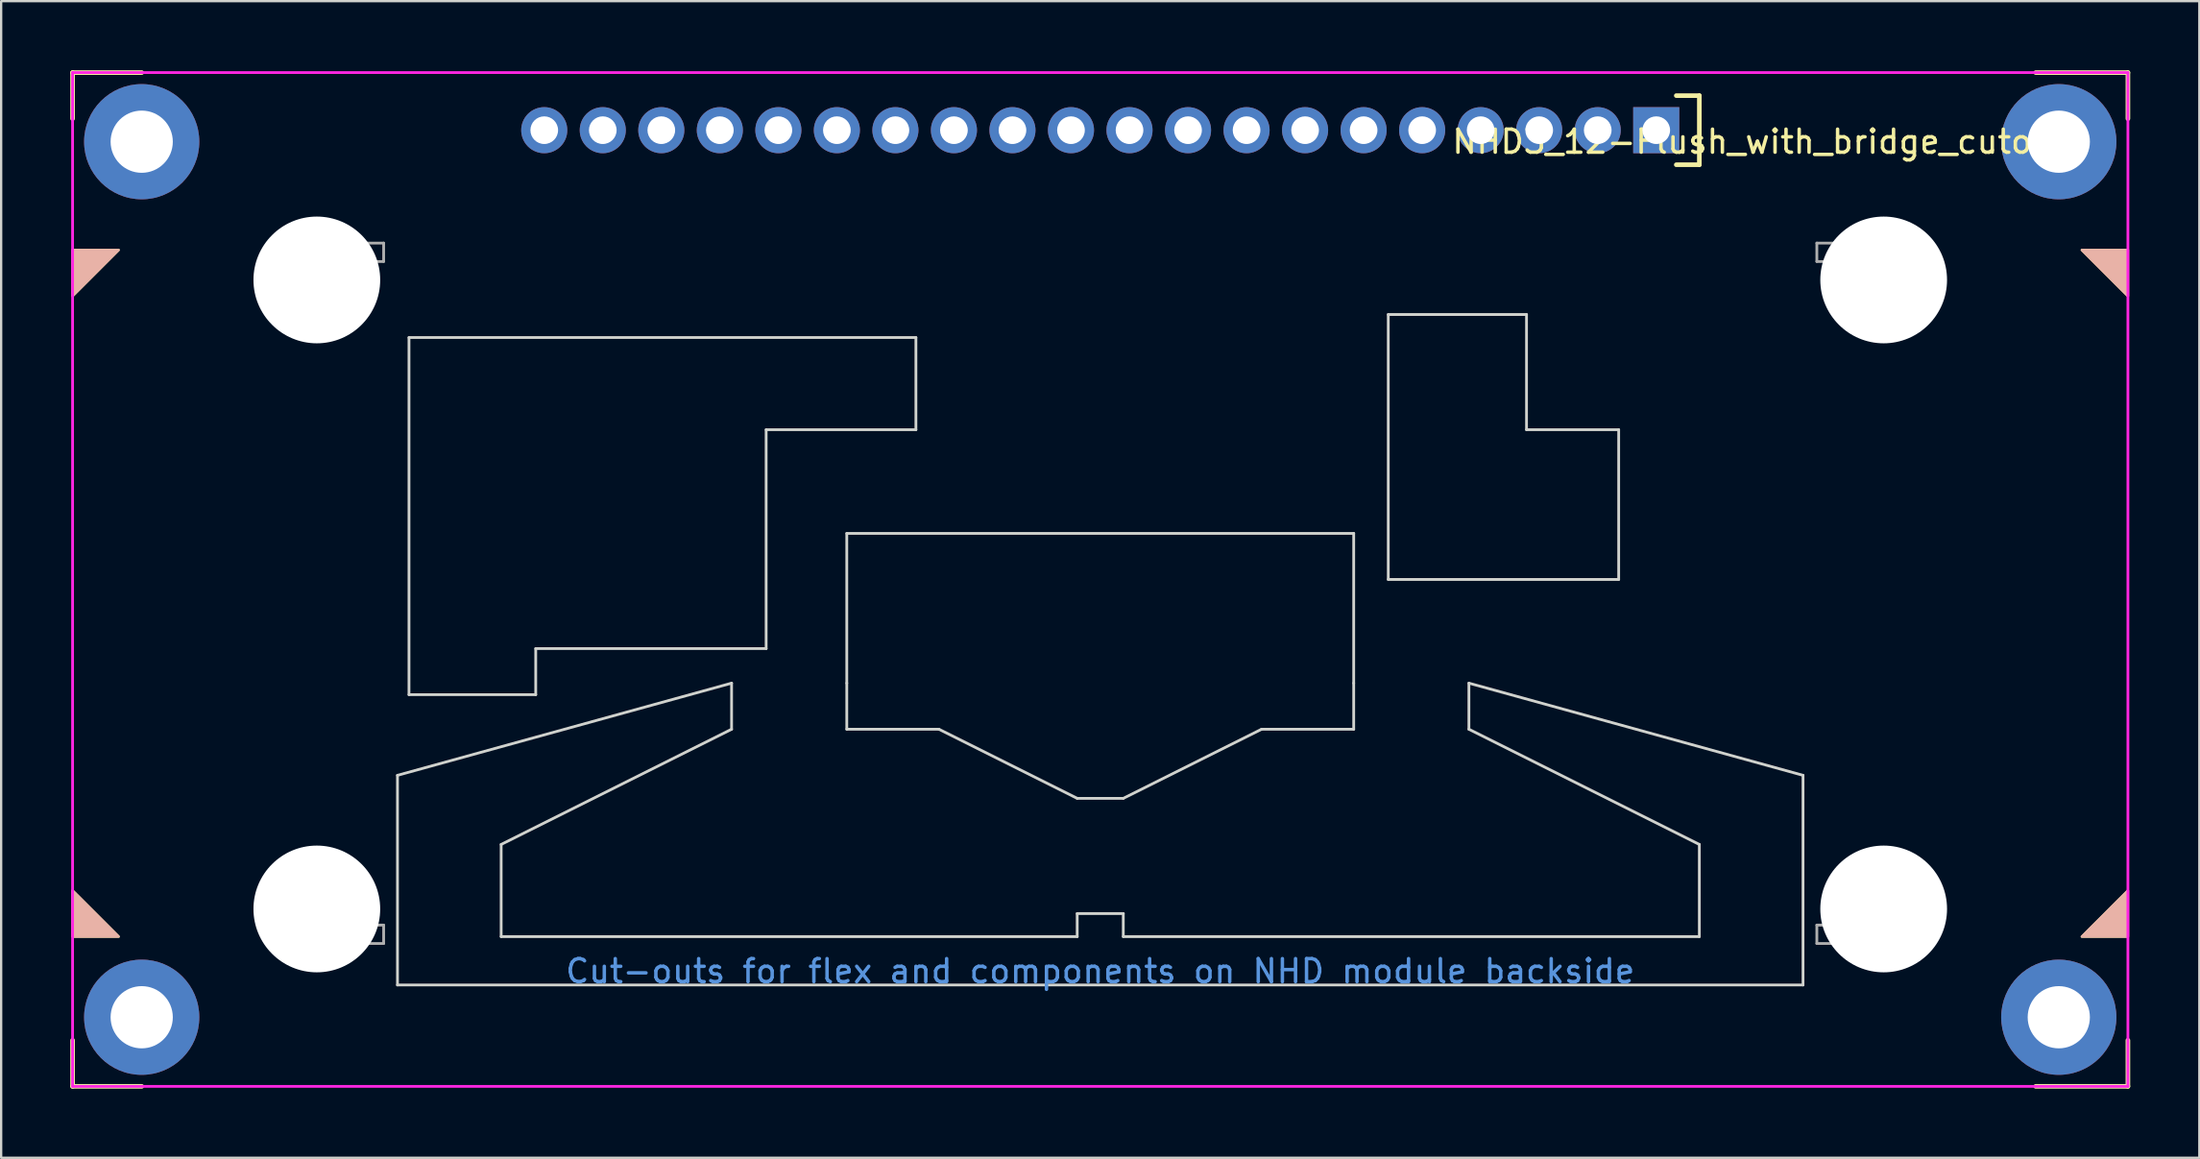
<source format=kicad_pcb>
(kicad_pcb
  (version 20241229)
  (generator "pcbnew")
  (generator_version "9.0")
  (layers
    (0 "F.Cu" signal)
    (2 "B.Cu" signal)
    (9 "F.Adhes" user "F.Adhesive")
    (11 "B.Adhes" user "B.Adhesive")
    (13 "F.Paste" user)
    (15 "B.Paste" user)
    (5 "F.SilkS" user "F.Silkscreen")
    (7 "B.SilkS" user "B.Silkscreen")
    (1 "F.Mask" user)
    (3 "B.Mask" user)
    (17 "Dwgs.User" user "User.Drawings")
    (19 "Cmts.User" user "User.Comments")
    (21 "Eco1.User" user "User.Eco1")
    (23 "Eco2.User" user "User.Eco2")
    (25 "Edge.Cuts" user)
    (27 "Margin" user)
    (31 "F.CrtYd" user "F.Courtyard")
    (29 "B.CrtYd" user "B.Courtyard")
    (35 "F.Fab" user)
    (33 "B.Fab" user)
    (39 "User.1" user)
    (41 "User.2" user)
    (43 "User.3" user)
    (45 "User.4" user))
  (footprint "NHD3_12-Flush_with_bridge_cutouts"
    (layer "F.Cu")
    (at 44.7 22.1)
    (property "Reference" "NHD3_12-Flush_with_bridge_cutouts" (at 29 -19 0) (layer "F.SilkS") (effects (font (size 1 1) (thickness 0.15))))
    (attr through_hole)
    (fp_line (start -44.6 -22) (end -41.6 -22) (stroke (width 0.2) (type solid)) (layer "F.SilkS"))
    (fp_line (start -44.6 -20) (end -44.6 -22) (stroke (width 0.2) (type solid)) (layer "F.SilkS"))
    (fp_line (start -44.6 20) (end -44.6 22) (stroke (width 0.2) (type solid)) (layer "F.SilkS"))
    (fp_line (start -44.6 22) (end -41.6 22) (stroke (width 0.2) (type solid)) (layer "F.SilkS"))
    (fp_line (start 25 -21) (end 26 -21) (stroke (width 0.2) (type solid)) (layer "F.SilkS"))
    (fp_line (start 26 -21) (end 26 -18) (stroke (width 0.2) (type solid)) (layer "F.SilkS"))
    (fp_line (start 26 -18) (end 25 -18) (stroke (width 0.2) (type solid)) (layer "F.SilkS"))
    (fp_line (start 40.6 -22) (end 44.6 -22) (stroke (width 0.2) (type solid)) (layer "F.SilkS"))
    (fp_line (start 44.6 -22) (end 44.6 -20) (stroke (width 0.2) (type solid)) (layer "F.SilkS"))
    (fp_line (start 44.6 20) (end 44.6 22) (stroke (width 0.2) (type solid)) (layer "F.SilkS"))
    (fp_line (start 44.6 22) (end 40.6 22) (stroke (width 0.2) (type solid)) (layer "F.SilkS"))
    (fp_poly (pts (xy -44.6 -12.3) (xy -44.6 -14.3) (xy -42.6 -14.3)) (stroke (width 0.1) (type solid)) (fill yes) (layer "F.SilkS"))
    (fp_poly (pts (xy -42.6 15.5) (xy -44.6 15.5) (xy -44.6 13.5)) (stroke (width 0.1) (type solid)) (fill yes) (layer "F.SilkS"))
    (fp_poly (pts (xy 42.6 -14.3) (xy 44.6 -14.3) (xy 44.6 -12.3)) (stroke (width 0.1) (type solid)) (fill yes) (layer "F.SilkS"))
    (fp_poly (pts (xy 44.6 13.5) (xy 44.6 15.5) (xy 42.6 15.5)) (stroke (width 0.1) (type solid)) (fill yes) (layer "F.SilkS"))
    (fp_poly (pts (xy -44.6 13.5) (xy -44.6 15.5) (xy -42.6 15.5)) (stroke (width 0.1) (type solid)) (fill yes) (layer "B.SilkS"))
    (fp_poly (pts (xy -42.6 -14.3) (xy -44.6 -14.3) (xy -44.6 -12.3)) (stroke (width 0.1) (type solid)) (fill yes) (layer "B.SilkS"))
    (fp_poly (pts (xy 42.6 15.5) (xy 44.6 15.5) (xy 44.6 13.5)) (stroke (width 0.1) (type solid)) (fill yes) (layer "B.SilkS"))
    (fp_poly (pts (xy 44.6 -12.3) (xy 44.6 -14.3) (xy 42.6 -14.3)) (stroke (width 0.1) (type solid)) (fill yes) (layer "B.SilkS"))
    (fp_line (start -30.5 17.6) (end -30.5 8.5) (stroke (width 0.12) (type solid)) (layer "Eco1.User"))
    (fp_line (start -30 -10.5) (end -8 -10.5) (stroke (width 0.12) (type solid)) (layer "Eco1.User"))
    (fp_line (start -30 5) (end -30 -10.5) (stroke (width 0.12) (type solid)) (layer "Eco1.User"))
    (fp_line (start -26 11.5) (end -26 15.5) (stroke (width 0.12) (type solid)) (layer "Eco1.User"))
    (fp_line (start -26 15.5) (end -1 15.5) (stroke (width 0.12) (type solid)) (layer "Eco1.User"))
    (fp_line (start -24.5 3) (end -24.5 5) (stroke (width 0.12) (type solid)) (layer "Eco1.User"))
    (fp_line (start -24.5 5) (end -30 5) (stroke (width 0.12) (type solid)) (layer "Eco1.User"))
    (fp_line (start -16 4.5) (end -30.5 8.5) (stroke (width 0.12) (type solid)) (layer "Eco1.User"))
    (fp_line (start -16 4.5) (end -16 6.5) (stroke (width 0.12) (type solid)) (layer "Eco1.User"))
    (fp_line (start -16 6.5) (end -26 11.5) (stroke (width 0.12) (type solid)) (layer "Eco1.User"))
    (fp_line (start -14.5 -6.5) (end -14.5 3) (stroke (width 0.12) (type solid)) (layer "Eco1.User"))
    (fp_line (start -14.5 3) (end -24.5 3) (stroke (width 0.12) (type solid)) (layer "Eco1.User"))
    (fp_line (start -11 -2) (end 11 -2) (stroke (width 0.12) (type solid)) (layer "Eco1.User"))
    (fp_line (start -11 4.5) (end -11 -2) (stroke (width 0.12) (type solid)) (layer "Eco1.User"))
    (fp_line (start -11 4.5) (end -11 6.5) (stroke (width 0.12) (type solid)) (layer "Eco1.User"))
    (fp_line (start -11 6.5) (end -7 6.5) (stroke (width 0.12) (type solid)) (layer "Eco1.User"))
    (fp_line (start -8 -10.5) (end -8 -6.5) (stroke (width 0.12) (type solid)) (layer "Eco1.User"))
    (fp_line (start -8 -6.5) (end -14.5 -6.5) (stroke (width 0.12) (type solid)) (layer "Eco1.User"))
    (fp_line (start -7 6.5) (end -1 9.5) (stroke (width 0.12) (type solid)) (layer "Eco1.User"))
    (fp_line (start -1 14.5) (end 1 14.5) (stroke (width 0.12) (type solid)) (layer "Eco1.User"))
    (fp_line (start -1 15.5) (end -1 14.5) (stroke (width 0.12) (type solid)) (layer "Eco1.User"))
    (fp_line (start 1 9.5) (end -1 9.5) (stroke (width 0.12) (type solid)) (layer "Eco1.User"))
    (fp_line (start 1 14.5) (end 1 15.5) (stroke (width 0.12) (type solid)) (layer "Eco1.User"))
    (fp_line (start 1 15.5) (end 26 15.5) (stroke (width 0.12) (type solid)) (layer "Eco1.User"))
    (fp_line (start 7 6.5) (end 1 9.5) (stroke (width 0.12) (type solid)) (layer "Eco1.User"))
    (fp_line (start 11 -2) (end 11 4.5) (stroke (width 0.12) (type solid)) (layer "Eco1.User"))
    (fp_line (start 11 4.5) (end 11 6.5) (stroke (width 0.12) (type solid)) (layer "Eco1.User"))
    (fp_line (start 11 6.5) (end 7 6.5) (stroke (width 0.12) (type solid)) (layer "Eco1.User"))
    (fp_line (start 12.5 -11.5) (end 18.5 -11.5) (stroke (width 0.12) (type solid)) (layer "Eco1.User"))
    (fp_line (start 12.5 0) (end 12.5 -11.5) (stroke (width 0.12) (type solid)) (layer "Eco1.User"))
    (fp_line (start 16 4.5) (end 30.5 8.5) (stroke (width 0.12) (type solid)) (layer "Eco1.User"))
    (fp_line (start 16 6.5) (end 16 4.5) (stroke (width 0.12) (type solid)) (layer "Eco1.User"))
    (fp_line (start 18.5 -11.5) (end 18.5 -6.5) (stroke (width 0.12) (type solid)) (layer "Eco1.User"))
    (fp_line (start 18.5 -6.5) (end 22.5 -6.5) (stroke (width 0.12) (type solid)) (layer "Eco1.User"))
    (fp_line (start 22.5 -6.5) (end 22.5 0) (stroke (width 0.12) (type solid)) (layer "Eco1.User"))
    (fp_line (start 22.5 0) (end 12.5 0) (stroke (width 0.12) (type solid)) (layer "Eco1.User"))
    (fp_line (start 26 11.5) (end 16 6.5) (stroke (width 0.12) (type solid)) (layer "Eco1.User"))
    (fp_line (start 26 15.5) (end 26 11.5) (stroke (width 0.12) (type solid)) (layer "Eco1.User"))
    (fp_line (start 30.5 8.5) (end 30.5 17.6) (stroke (width 0.12) (type solid)) (layer "Eco1.User"))
    (fp_line (start 30.5 17.6) (end -30.5 17.6) (stroke (width 0.12) (type solid)) (layer "Eco1.User"))
    (fp_line (start -30.5 8.5) (end -16 4.5) (stroke (width 0.12) (type solid)) (layer "Edge.Cuts"))
    (fp_line (start -30.5 17.6) (end -30.5 8.5) (stroke (width 0.12) (type solid)) (layer "Edge.Cuts"))
    (fp_line (start -30 -10.5) (end -8 -10.5) (stroke (width 0.12) (type solid)) (layer "Edge.Cuts"))
    (fp_line (start -30 5) (end -30 -10.5) (stroke (width 0.12) (type solid)) (layer "Edge.Cuts"))
    (fp_line (start -26 11.5) (end -26 15.5) (stroke (width 0.12) (type solid)) (layer "Edge.Cuts"))
    (fp_line (start -26 15.5) (end -1 15.5) (stroke (width 0.12) (type solid)) (layer "Edge.Cuts"))
    (fp_line (start -24.5 3) (end -24.5 5) (stroke (width 0.12) (type solid)) (layer "Edge.Cuts"))
    (fp_line (start -24.5 5) (end -30 5) (stroke (width 0.12) (type solid)) (layer "Edge.Cuts"))
    (fp_line (start -16 4.5) (end -16 6.5) (stroke (width 0.12) (type solid)) (layer "Edge.Cuts"))
    (fp_line (start -16 6.5) (end -26 11.5) (stroke (width 0.12) (type solid)) (layer "Edge.Cuts"))
    (fp_line (start -14.5 -6.5) (end -14.5 3) (stroke (width 0.12) (type solid)) (layer "Edge.Cuts"))
    (fp_line (start -14.5 3) (end -24.5 3) (stroke (width 0.12) (type solid)) (layer "Edge.Cuts"))
    (fp_line (start -11 -2) (end 11 -2) (stroke (width 0.12) (type solid)) (layer "Edge.Cuts"))
    (fp_line (start -11 4.5) (end -11 -2) (stroke (width 0.12) (type solid)) (layer "Edge.Cuts"))
    (fp_line (start -11 4.5) (end -11 6.5) (stroke (width 0.12) (type solid)) (layer "Edge.Cuts"))
    (fp_line (start -11 6.5) (end -7 6.5) (stroke (width 0.12) (type solid)) (layer "Edge.Cuts"))
    (fp_line (start -8 -10.5) (end -8 -6.5) (stroke (width 0.12) (type solid)) (layer "Edge.Cuts"))
    (fp_line (start -8 -6.5) (end -14.5 -6.5) (stroke (width 0.12) (type solid)) (layer "Edge.Cuts"))
    (fp_line (start -7 6.5) (end -1 9.5) (stroke (width 0.12) (type solid)) (layer "Edge.Cuts"))
    (fp_line (start -1 14.5) (end 1 14.5) (stroke (width 0.12) (type solid)) (layer "Edge.Cuts"))
    (fp_line (start -1 15.5) (end -1 14.5) (stroke (width 0.12) (type solid)) (layer "Edge.Cuts"))
    (fp_line (start 1 9.5) (end -1 9.5) (stroke (width 0.12) (type solid)) (layer "Edge.Cuts"))
    (fp_line (start 1 14.5) (end 1 15.5) (stroke (width 0.12) (type solid)) (layer "Edge.Cuts"))
    (fp_line (start 1 15.5) (end 26 15.5) (stroke (width 0.12) (type solid)) (layer "Edge.Cuts"))
    (fp_line (start 7 6.5) (end 1 9.5) (stroke (width 0.12) (type solid)) (layer "Edge.Cuts"))
    (fp_line (start 11 -2) (end 11 4.5) (stroke (width 0.12) (type solid)) (layer "Edge.Cuts"))
    (fp_line (start 11 4.5) (end 11 6.5) (stroke (width 0.12) (type solid)) (layer "Edge.Cuts"))
    (fp_line (start 11 6.5) (end 7 6.5) (stroke (width 0.12) (type solid)) (layer "Edge.Cuts"))
    (fp_line (start 12.5 -11.5) (end 18.5 -11.5) (stroke (width 0.12) (type solid)) (layer "Edge.Cuts"))
    (fp_line (start 12.5 0) (end 12.5 -11.5) (stroke (width 0.12) (type solid)) (layer "Edge.Cuts"))
    (fp_line (start 16 4.5) (end 30.5 8.5) (stroke (width 0.12) (type solid)) (layer "Edge.Cuts"))
    (fp_line (start 16 6.5) (end 16 4.5) (stroke (width 0.12) (type solid)) (layer "Edge.Cuts"))
    (fp_line (start 18.5 -11.5) (end 18.5 -6.5) (stroke (width 0.12) (type solid)) (layer "Edge.Cuts"))
    (fp_line (start 18.5 -6.5) (end 22.5 -6.5) (stroke (width 0.12) (type solid)) (layer "Edge.Cuts"))
    (fp_line (start 22.5 -6.5) (end 22.5 0) (stroke (width 0.12) (type solid)) (layer "Edge.Cuts"))
    (fp_line (start 22.5 0) (end 12.5 0) (stroke (width 0.12) (type solid)) (layer "Edge.Cuts"))
    (fp_line (start 26 11.5) (end 16 6.5) (stroke (width 0.12) (type solid)) (layer "Edge.Cuts"))
    (fp_line (start 26 15.5) (end 26 11.5) (stroke (width 0.12) (type solid)) (layer "Edge.Cuts"))
    (fp_line (start 30.5 8.5) (end 30.5 17.6) (stroke (width 0.12) (type solid)) (layer "Edge.Cuts"))
    (fp_line (start 30.5 17.6) (end -30.5 17.6) (stroke (width 0.12) (type solid)) (layer "Edge.Cuts"))
    (fp_line (start -44.6 -22) (end -44.6 22) (stroke (width 0.12) (type solid)) (layer "F.CrtYd"))
    (fp_line (start -44.6 -22) (end 44.6 -22) (stroke (width 0.12) (type solid)) (layer "F.CrtYd"))
    (fp_line (start 44.6 -22) (end 44.6 22) (stroke (width 0.12) (type solid)) (layer "F.CrtYd"))
    (fp_line (start 44.6 22) (end -44.6 22) (stroke (width 0.12) (type solid)) (layer "F.CrtYd"))
    (fp_line (start -36 -14.6) (end -36 -13.8) (stroke (width 0.12) (type solid)) (layer "F.Fab"))
    (fp_line (start -36 -13.8) (end -31.1 -13.8) (stroke (width 0.12) (type solid)) (layer "F.Fab"))
    (fp_line (start -36 15) (end -36 15.8) (stroke (width 0.12) (type solid)) (layer "F.Fab"))
    (fp_line (start -36 15.8) (end -31.1 15.8) (stroke (width 0.12) (type solid)) (layer "F.Fab"))
    (fp_line (start -31.1 -14.6) (end -36 -14.6) (stroke (width 0.12) (type solid)) (layer "F.Fab"))
    (fp_line (start -31.1 -13.8) (end -31.1 -14.6) (stroke (width 0.12) (type solid)) (layer "F.Fab"))
    (fp_line (start -31.1 15) (end -36 15) (stroke (width 0.12) (type solid)) (layer "F.Fab"))
    (fp_line (start -31.1 15.8) (end -31.1 15) (stroke (width 0.12) (type solid)) (layer "F.Fab"))
    (fp_line (start 31.1 -14.6) (end 31.1 -13.8) (stroke (width 0.12) (type solid)) (layer "F.Fab"))
    (fp_line (start 31.1 -13.8) (end 36 -13.8) (stroke (width 0.12) (type solid)) (layer "F.Fab"))
    (fp_line (start 31.1 15) (end 31.1 15.8) (stroke (width 0.12) (type solid)) (layer "F.Fab"))
    (fp_line (start 31.1 15.8) (end 36 15.8) (stroke (width 0.12) (type solid)) (layer "F.Fab"))
    (fp_line (start 36 -14.6) (end 31.1 -14.6) (stroke (width 0.12) (type solid)) (layer "F.Fab"))
    (fp_line (start 36 -13.8) (end 36 -14.6) (stroke (width 0.12) (type solid)) (layer "F.Fab"))
    (fp_line (start 36 15) (end 31.1 15) (stroke (width 0.12) (type solid)) (layer "F.Fab"))
    (fp_line (start 36 15.8) (end 36 15) (stroke (width 0.12) (type solid)) (layer "F.Fab"))
    (fp_text user "Cut-outs for flex and components on NHD module backside" (at 0 17 0) (layer "Cmts.User") (effects (font (size 1 1) (thickness 0.15))))
    (pad "" np_thru_hole circle (at -34 -13) (size 5.5 5.5) (drill 5.5) (layers "*.Cu" "*.Mask"))
    (pad "" np_thru_hole circle (at -34 14.3) (size 5.5 5.5) (drill 5.5) (layers "*.Cu" "*.Mask"))
    (pad "" np_thru_hole circle (at 34 -13) (size 5.5 5.5) (drill 5.5) (layers "*.Cu" "*.Mask"))
    (pad "" np_thru_hole circle (at 34 14.3) (size 5.5 5.5) (drill 5.5) (layers "*.Cu" "*.Mask"))
    (pad "1" thru_hole rect (at 24.13 -19.5 180) (size 2 2) (drill 1.2) (layers "*.Cu" "*.Mask"))
    (pad "2" thru_hole circle (at 21.59 -19.5 180) (size 2 2) (drill 1.2) (layers "*.Cu" "*.Mask"))
    (pad "3" thru_hole circle (at 19.05 -19.5 180) (size 2 2) (drill 1.2) (layers "*.Cu" "*.Mask"))
    (pad "4" thru_hole circle (at 16.51 -19.5 180) (size 2 2) (drill 1.2) (layers "*.Cu" "*.Mask"))
    (pad "5" thru_hole circle (at 13.97 -19.5 180) (size 2 2) (drill 1.2) (layers "*.Cu" "*.Mask"))
    (pad "6" thru_hole circle (at 11.43 -19.5 180) (size 2 2) (drill 1.2) (layers "*.Cu" "*.Mask"))
    (pad "7" thru_hole circle (at 8.89 -19.5 180) (size 2 2) (drill 1.2) (layers "*.Cu" "*.Mask"))
    (pad "8" thru_hole circle (at 6.35 -19.5 180) (size 2 2) (drill 1.2) (layers "*.Cu" "*.Mask"))
    (pad "9" thru_hole circle (at 3.81 -19.5 180) (size 2 2) (drill 1.2) (layers "*.Cu" "*.Mask"))
    (pad "10" thru_hole circle (at 1.27 -19.5 180) (size 2 2) (drill 1.2) (layers "*.Cu" "*.Mask"))
    (pad "11" thru_hole circle (at -1.27 -19.5 180) (size 2 2) (drill 1.2) (layers "*.Cu" "*.Mask"))
    (pad "12" thru_hole circle (at -3.81 -19.5 180) (size 2 2) (drill 1.2) (layers "*.Cu" "*.Mask"))
    (pad "13" thru_hole circle (at -6.35 -19.5 180) (size 2 2) (drill 1.2) (layers "*.Cu" "*.Mask"))
    (pad "14" thru_hole circle (at -8.89 -19.5 180) (size 2 2) (drill 1.2) (layers "*.Cu" "*.Mask"))
    (pad "15" thru_hole circle (at -11.43 -19.5 180) (size 2 2) (drill 1.2) (layers "*.Cu" "*.Mask"))
    (pad "16" thru_hole circle (at -13.97 -19.5 180) (size 2 2) (drill 1.2) (layers "*.Cu" "*.Mask"))
    (pad "17" thru_hole circle (at -16.51 -19.5 180) (size 2 2) (drill 1.2) (layers "*.Cu" "*.Mask"))
    (pad "18" thru_hole circle (at -19.05 -19.5 180) (size 2 2) (drill 1.2) (layers "*.Cu" "*.Mask"))
    (pad "19" thru_hole circle (at -21.59 -19.5 180) (size 2 2) (drill 1.2) (layers "*.Cu" "*.Mask"))
    (pad "20" thru_hole circle (at -24.13 -19.5 180) (size 2 2) (drill 1.2) (layers "*.Cu" "*.Mask"))
    (pad "21" thru_hole circle (at -41.6 -19) (size 5 5) (drill 2.7) (layers "*.Cu" "*.Mask"))
    (pad "21" thru_hole circle (at -41.6 19) (size 5 5) (drill 2.7) (layers "*.Cu" "*.Mask"))
    (pad "21" thru_hole circle (at 41.6 -19) (size 5 5) (drill 2.7) (layers "*.Cu" "*.Mask"))
    (pad "21" thru_hole circle (at 41.6 19) (size 5 5) (drill 2.7) (layers "*.Cu" "*.Mask")))
  (gr_rect
    (start -3 -3)
    (end 92.4 47.2)
    (stroke (width 0.1) (type default))
    (fill no)
    (layer "Edge.Cuts")))
</source>
